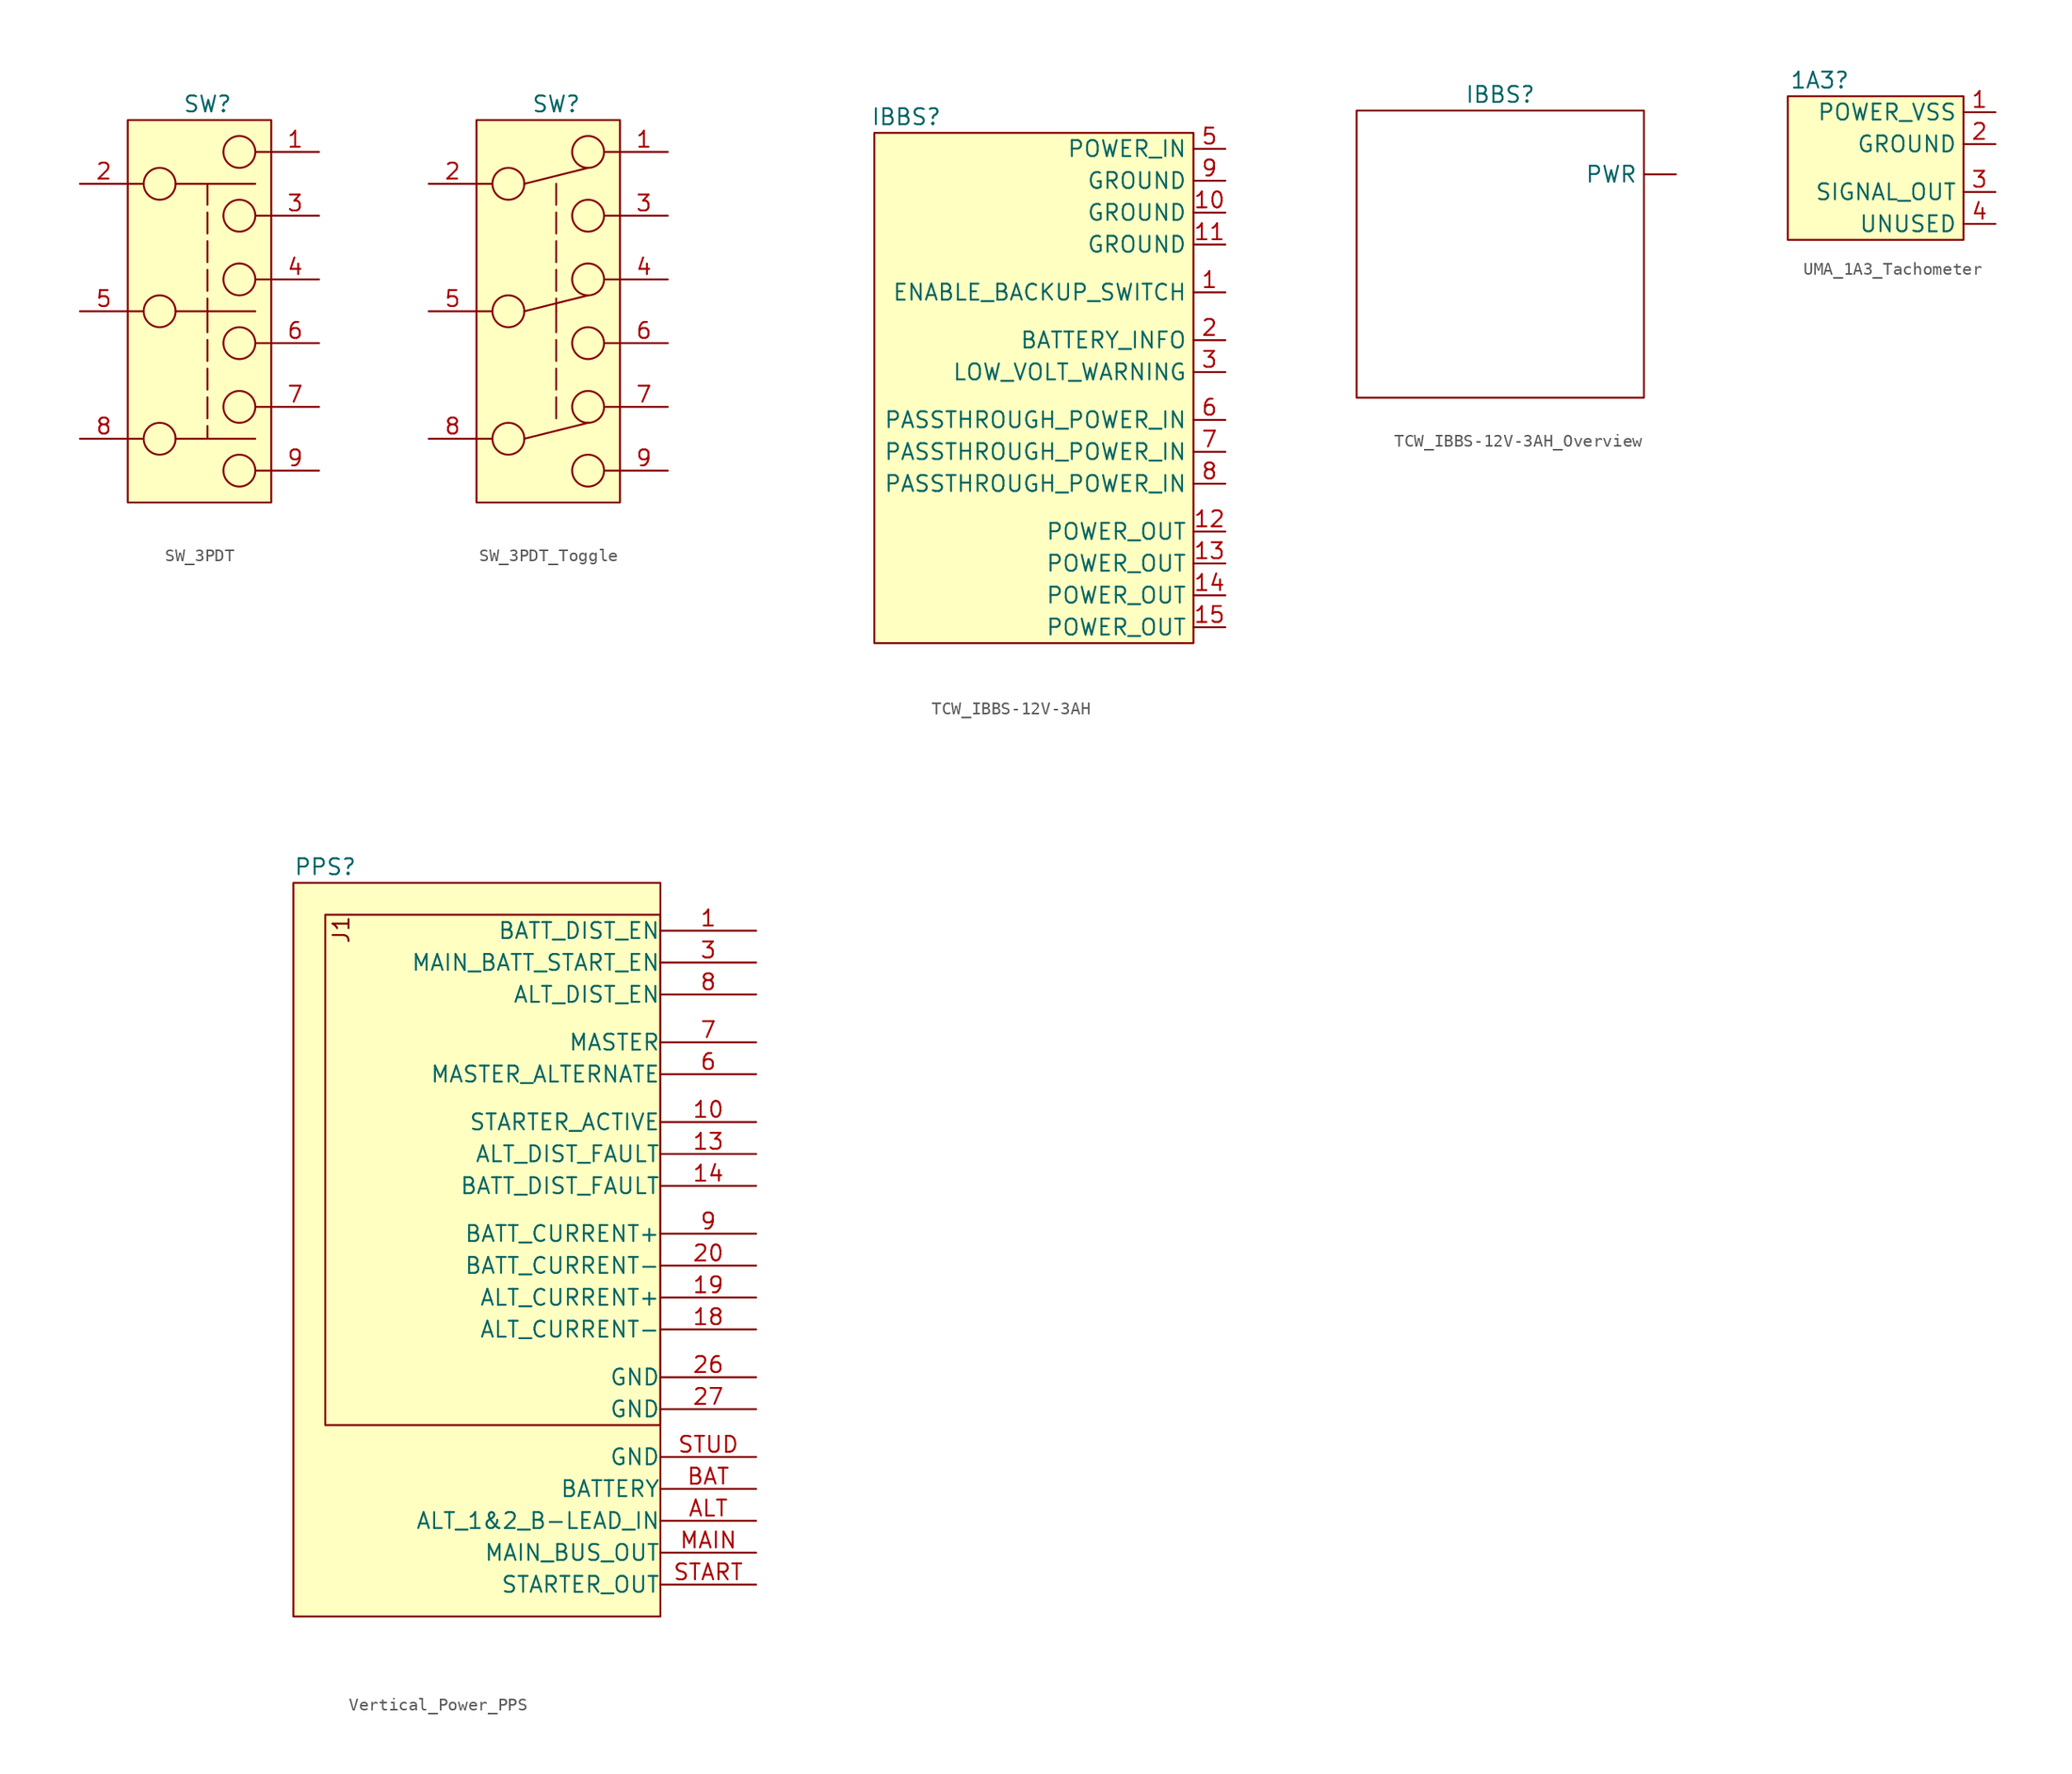
<source format=kicad_sym>
(kicad_symbol_lib
  (version 20241209)
  (generator "kicad_symbol_editor")
  (generator_version "9.0")
  (symbol "SW_3PDT"
    (property "Reference" "SW"
      (at 0 1.27 0)
      (effects (font (size 1.27 1.27))))
    (property "Value" ""
      (at -6.35 0 0)
      (effects (font (size 1.27 1.27))))
    (symbol "SW_3PDT_0_1"
      (polyline (pts (xy -6.35 -5.08) (xy -5.08 -5.08)) (stroke (width 0) (type default)) (fill (type none)))
      (polyline (pts (xy -6.35 -15.24) (xy -5.08 -15.24)) (stroke (width 0) (type default)) (fill (type none)))
      (polyline (pts (xy -6.35 -25.4) (xy -5.08 -25.4)) (stroke (width 0) (type default)) (fill (type none)))
      (circle (center -3.81 -5.08) (radius 1.27) (stroke (width 0) (type default)) (fill (type none)))
      (circle (center -3.81 -15.24) (radius 1.27) (stroke (width 0) (type default)) (fill (type none)))
      (circle (center -3.81 -25.4) (radius 1.27) (stroke (width 0) (type default)) (fill (type none)))
      (polyline (pts (xy -2.54 -5.08) (xy 3.81 -5.08)) (stroke (width 0) (type default)) (fill (type none)))
      (polyline (pts (xy -2.54 -15.24) (xy 3.81 -15.24)) (stroke (width 0) (type default)) (fill (type none)))
      (polyline (pts (xy -2.54 -25.4) (xy 3.81 -25.4)) (stroke (width 0) (type default)) (fill (type none)))
      (circle (center 2.54 -2.54) (radius 1.27) (stroke (width 0) (type default)) (fill (type none)))
      (circle (center 2.54 -7.62) (radius 1.27) (stroke (width 0) (type default)) (fill (type none)))
      (circle (center 2.54 -12.7) (radius 1.27) (stroke (width 0) (type default)) (fill (type none)))
      (circle (center 2.54 -17.78) (radius 1.27) (stroke (width 0) (type default)) (fill (type none)))
      (circle (center 2.54 -22.86) (radius 1.27) (stroke (width 0) (type default)) (fill (type none)))
      (circle (center 2.54 -27.94) (radius 1.27) (stroke (width 0) (type default)) (fill (type none)))
      (polyline (pts (xy 5.08 -2.54) (xy 3.81 -2.54)) (stroke (width 0) (type default)) (fill (type none)))
      (polyline (pts (xy 5.08 -7.62) (xy 3.81 -7.62)) (stroke (width 0) (type default)) (fill (type none)))
      (polyline (pts (xy 5.08 -12.7) (xy 3.81 -12.7)) (stroke (width 0) (type default)) (fill (type none)))
      (polyline (pts (xy 5.08 -17.78) (xy 3.81 -17.78)) (stroke (width 0) (type default)) (fill (type none)))
      (polyline (pts (xy 5.08 -22.86) (xy 3.81 -22.86)) (stroke (width 0) (type default)) (fill (type none)))
      (polyline (pts (xy 5.08 -27.94) (xy 3.81 -27.94)) (stroke (width 0) (type default)) (fill (type none))))
    (symbol "SW_3PDT_1_1"
      (rectangle (start -6.35 0) (end 5.08 -30.48) (stroke (width 0) (type default)) (fill (type background)))
      (polyline (pts (xy 0 -5.08) (xy 0 -15.24)) (stroke (width 0) (type dash)) (fill (type none)))
      (polyline (pts (xy 0 -15.24) (xy 0 -25.4)) (stroke (width 0) (type dash)) (fill (type none)))
      (pin passive line (at -10.16 -5.08 0) (length 3.81) (name "" (effects (font (size 1.27 1.27)))) (number "2" (effects (font (size 1.27 1.27)))))
      (pin passive line (at -10.16 -15.24 0) (length 3.81) (name "" (effects (font (size 1.27 1.27)))) (number "5" (effects (font (size 1.27 1.27)))))
      (pin passive line (at -10.16 -25.4 0) (length 3.81) (name "" (effects (font (size 1.27 1.27)))) (number "8" (effects (font (size 1.27 1.27)))))
      (pin passive line (at 8.89 -2.54 180) (length 3.81) (name "" (effects (font (size 1.27 1.27)))) (number "1" (effects (font (size 1.27 1.27)))))
      (pin passive line (at 8.89 -7.62 180) (length 3.81) (name "" (effects (font (size 1.27 1.27)))) (number "3" (effects (font (size 1.27 1.27)))))
      (pin passive line (at 8.89 -12.7 180) (length 3.81) (name "" (effects (font (size 1.27 1.27)))) (number "4" (effects (font (size 1.27 1.27)))))
      (pin passive line (at 8.89 -17.78 180) (length 3.81) (name "" (effects (font (size 1.27 1.27)))) (number "6" (effects (font (size 1.27 1.27)))))
      (pin passive line (at 8.89 -22.86 180) (length 3.81) (name "" (effects (font (size 1.27 1.27)))) (number "7" (effects (font (size 1.27 1.27)))))
      (pin passive line (at 8.89 -27.94 180) (length 3.81) (name "" (effects (font (size 1.27 1.27)))) (number "9" (effects (font (size 1.27 1.27)))))))
  (symbol "SW_3PDT_Toggle"
    (property "Reference" "SW"
      (at 0 1.27 0)
      (effects (font (size 1.27 1.27))))
    (property "Value" ""
      (at -6.35 0 0)
      (effects (font (size 1.27 1.27))))
    (symbol "SW_3PDT_Toggle_0_1"
      (polyline (pts (xy -6.35 -5.08) (xy -5.08 -5.08)) (stroke (width 0) (type default)) (fill (type none)))
      (polyline (pts (xy -6.35 -15.24) (xy -5.08 -15.24)) (stroke (width 0) (type default)) (fill (type none)))
      (polyline (pts (xy -6.35 -25.4) (xy -5.08 -25.4)) (stroke (width 0) (type default)) (fill (type none)))
      (circle (center -3.81 -5.08) (radius 1.27) (stroke (width 0) (type default)) (fill (type none)))
      (circle (center -3.81 -15.24) (radius 1.27) (stroke (width 0) (type default)) (fill (type none)))
      (circle (center -3.81 -25.4) (radius 1.27) (stroke (width 0) (type default)) (fill (type none)))
      (polyline (pts (xy -2.54 -5.08) (xy 2.54 -3.81)) (stroke (width 0) (type default)) (fill (type none)))
      (polyline (pts (xy -2.54 -15.24) (xy 2.54 -13.97)) (stroke (width 0) (type default)) (fill (type none)))
      (polyline (pts (xy -2.54 -25.4) (xy 2.54 -24.13)) (stroke (width 0) (type default)) (fill (type none)))
      (circle (center 2.54 -2.54) (radius 1.27) (stroke (width 0) (type default)) (fill (type none)))
      (circle (center 2.54 -7.62) (radius 1.27) (stroke (width 0) (type default)) (fill (type none)))
      (circle (center 2.54 -12.7) (radius 1.27) (stroke (width 0) (type default)) (fill (type none)))
      (circle (center 2.54 -17.78) (radius 1.27) (stroke (width 0) (type default)) (fill (type none)))
      (circle (center 2.54 -22.86) (radius 1.27) (stroke (width 0) (type default)) (fill (type none)))
      (circle (center 2.54 -27.94) (radius 1.27) (stroke (width 0) (type default)) (fill (type none)))
      (polyline (pts (xy 5.08 -2.54) (xy 3.81 -2.54)) (stroke (width 0) (type default)) (fill (type none)))
      (polyline (pts (xy 5.08 -7.62) (xy 3.81 -7.62)) (stroke (width 0) (type default)) (fill (type none)))
      (polyline (pts (xy 5.08 -12.7) (xy 3.81 -12.7)) (stroke (width 0) (type default)) (fill (type none)))
      (polyline (pts (xy 5.08 -17.78) (xy 3.81 -17.78)) (stroke (width 0) (type default)) (fill (type none)))
      (polyline (pts (xy 5.08 -22.86) (xy 3.81 -22.86)) (stroke (width 0) (type default)) (fill (type none)))
      (polyline (pts (xy 5.08 -27.94) (xy 3.81 -27.94)) (stroke (width 0) (type default)) (fill (type none))))
    (symbol "SW_3PDT_Toggle_1_1"
      (rectangle (start -6.35 0) (end 5.08 -30.48) (stroke (width 0) (type default)) (fill (type background)))
      (polyline (pts (xy 0 -5.08) (xy 0 -15.24)) (stroke (width 0) (type dash)) (fill (type none)))
      (polyline (pts (xy 0 -15.24) (xy 0 -24.13)) (stroke (width 0) (type dash)) (fill (type none)))
      (pin passive line (at -10.16 -5.08 0) (length 3.81) (name "" (effects (font (size 1.27 1.27)))) (number "2" (effects (font (size 1.27 1.27)))))
      (pin passive line (at -10.16 -15.24 0) (length 3.81) (name "" (effects (font (size 1.27 1.27)))) (number "5" (effects (font (size 1.27 1.27)))))
      (pin passive line (at -10.16 -25.4 0) (length 3.81) (name "" (effects (font (size 1.27 1.27)))) (number "8" (effects (font (size 1.27 1.27)))))
      (pin passive line (at 8.89 -2.54 180) (length 3.81) (name "" (effects (font (size 1.27 1.27)))) (number "1" (effects (font (size 1.27 1.27)))))
      (pin passive line (at 8.89 -7.62 180) (length 3.81) (name "" (effects (font (size 1.27 1.27)))) (number "3" (effects (font (size 1.27 1.27)))))
      (pin passive line (at 8.89 -12.7 180) (length 3.81) (name "" (effects (font (size 1.27 1.27)))) (number "4" (effects (font (size 1.27 1.27)))))
      (pin passive line (at 8.89 -17.78 180) (length 3.81) (name "" (effects (font (size 1.27 1.27)))) (number "6" (effects (font (size 1.27 1.27)))))
      (pin passive line (at 8.89 -22.86 180) (length 3.81) (name "" (effects (font (size 1.27 1.27)))) (number "7" (effects (font (size 1.27 1.27)))))
      (pin passive line (at 8.89 -27.94 180) (length 3.81) (name "" (effects (font (size 1.27 1.27)))) (number "9" (effects (font (size 1.27 1.27)))))))
  (symbol "TCW_IBBS-12V-3AH"
    (property "Reference" "IBBS"
      (at 2.54 1.27 0)
      (effects (font (size 1.27 1.27))))
    (property "Value" ""
      (at -6.35 0 0)
      (effects (font (size 1.27 1.27))))
    (symbol "TCW_IBBS-12V-3AH_1_1"
      (rectangle (start 0 0) (end 25.4 -40.64) (stroke (width 0) (type default)) (fill (type background)))
      (pin power_in line (at 27.94 -1.27 180) (length 2.54) (name "POWER_IN" (effects (font (size 1.27 1.27)))) (number "5" (effects (font (size 1.27 1.27)))))
      (pin passive line (at 27.94 -3.81 180) (length 2.54) (name "GROUND" (effects (font (size 1.27 1.27)))) (number "9" (effects (font (size 1.27 1.27)))))
      (pin passive line (at 27.94 -6.35 180) (length 2.54) (name "GROUND" (effects (font (size 1.27 1.27)))) (number "10" (effects (font (size 1.27 1.27)))))
      (pin passive line (at 27.94 -8.89 180) (length 2.54) (name "GROUND" (effects (font (size 1.27 1.27)))) (number "11" (effects (font (size 1.27 1.27)))))
      (pin bidirectional line (at 27.94 -12.7 180) (length 2.54) (name "ENABLE_BACKUP_SWITCH" (effects (font (size 1.27 1.27)))) (number "1" (effects (font (size 1.27 1.27)))))
      (pin output line (at 27.94 -16.51 180) (length 2.54) (name "BATTERY_INFO" (effects (font (size 1.27 1.27)))) (number "2" (effects (font (size 1.27 1.27)))))
      (pin bidirectional line (at 27.94 -19.05 180) (length 2.54) (name "LOW_VOLT_WARNING" (effects (font (size 1.27 1.27)))) (number "3" (effects (font (size 1.27 1.27)))))
      (pin power_in line (at 27.94 -22.86 180) (length 2.54) (name "PASSTHROUGH_POWER_IN" (effects (font (size 1.27 1.27)))) (number "6" (effects (font (size 1.27 1.27)))))
      (pin power_in line (at 27.94 -25.4 180) (length 2.54) (name "PASSTHROUGH_POWER_IN" (effects (font (size 1.27 1.27)))) (number "7" (effects (font (size 1.27 1.27)))))
      (pin power_in line (at 27.94 -27.94 180) (length 2.54) (name "PASSTHROUGH_POWER_IN" (effects (font (size 1.27 1.27)))) (number "8" (effects (font (size 1.27 1.27)))))
      (pin power_out line (at 27.94 -31.75 180) (length 2.54) (name "POWER_OUT" (effects (font (size 1.27 1.27)))) (number "12" (effects (font (size 1.27 1.27)))))
      (pin power_out line (at 27.94 -34.29 180) (length 2.54) (name "POWER_OUT" (effects (font (size 1.27 1.27)))) (number "13" (effects (font (size 1.27 1.27)))))
      (pin power_out line (at 27.94 -36.83 180) (length 2.54) (name "POWER_OUT" (effects (font (size 1.27 1.27)))) (number "14" (effects (font (size 1.27 1.27)))))
      (pin power_out line (at 27.94 -39.37 180) (length 2.54) (name "POWER_OUT" (effects (font (size 1.27 1.27)))) (number "15" (effects (font (size 1.27 1.27)))))))
  (symbol "TCW_IBBS-12V-3AH_Overview"
    (property "Reference" "IBBS"
      (at 0 0 0)
      (effects (font (size 1.27 1.27))))
    (property "Value" ""
      (at 0 0 0)
      (effects (font (size 1.27 1.27))))
    (symbol "TCW_IBBS-12V-3AH_Overview_0_1"
      (rectangle (start -11.43 -1.27) (end 11.43 -24.13) (stroke (width 0) (type default)) (fill (type none))))
    (symbol "TCW_IBBS-12V-3AH_Overview_1_1"
      (pin passive line (at 13.97 -6.35 180) (length 2.54) (name "PWR" (effects (font (size 1.27 1.27)))) (number "" (effects (font (size 1.27 1.27)))))))
  (symbol "UMA_1A3_Tachometer"
    (property "Reference" "1A3"
      (at 2.54 1.27 0)
      (effects (font (size 1.27 1.27))))
    (property "Value" ""
      (at 0 1.27 0)
      (effects (font (size 1.27 1.27))))
    (symbol "UMA_1A3_Tachometer_1_1"
      (rectangle (start 0 0) (end 13.97 -11.43) (stroke (width 0) (type default)) (fill (type background)))
      (pin power_in line (at 16.51 -1.27 180) (length 2.54) (name "POWER_VSS" (effects (font (size 1.27 1.27)))) (number "1" (effects (font (size 1.27 1.27)))))
      (pin passive line (at 16.51 -3.81 180) (length 2.54) (name "GROUND" (effects (font (size 1.27 1.27)))) (number "2" (effects (font (size 1.27 1.27)))))
      (pin output line (at 16.51 -7.62 180) (length 2.54) (name "SIGNAL_OUT" (effects (font (size 1.27 1.27)))) (number "3" (effects (font (size 1.27 1.27)))))
      (pin output line (at 16.51 -10.16 180) (length 2.54) (name "UNUSED" (effects (font (size 1.27 1.27)))) (number "4" (effects (font (size 1.27 1.27)))))))
  (symbol "Vertical_Power_PPS"
    (pin_names
      (offset 0.002))
    (property "Reference" "PPS"
      (at 2.54 1.27 0)
      (effects (font (size 1.27 1.27))))
    (property "Value" ""
      (at -13.97 0 0)
      (effects (font (size 1.27 1.27))))
    (symbol "Vertical_Power_PPS_1_1"
      (rectangle (start 0 0) (end 29.21 -58.42) (stroke (width 0) (type default)) (fill (type background)))
      (rectangle (start 2.54 -2.54) (end 29.21 -43.18) (stroke (width 0) (type default)) (fill (type background)))
      (text "J1" (at 3.81 -2.54 900) (effects (font (size 1.27 1.27)) (justify right)))
      (pin input line (at 36.83 -3.81 180) (length 7.62) (name "BATT_DIST_EN" (effects (font (size 1.27 1.27)))) (number "1" (effects (font (size 1.27 1.27)))))
      (pin input line (at 36.83 -6.35 180) (length 7.62) (name "MAIN_BATT_START_EN" (effects (font (size 1.27 1.27)))) (number "3" (effects (font (size 1.27 1.27)))))
      (pin input line (at 36.83 -8.89 180) (length 7.62) (name "ALT_DIST_EN" (effects (font (size 1.27 1.27)))) (number "8" (effects (font (size 1.27 1.27)))))
      (pin input line (at 36.83 -12.7 180) (length 7.62) (name "MASTER" (effects (font (size 1.27 1.27)))) (number "7" (effects (font (size 1.27 1.27)))))
      (pin input line (at 36.83 -15.24 180) (length 7.62) (name "MASTER_ALTERNATE" (effects (font (size 1.27 1.27)))) (number "6" (effects (font (size 1.27 1.27)))))
      (pin output line (at 36.83 -19.05 180) (length 7.62) (name "STARTER_ACTIVE" (effects (font (size 1.27 1.27)))) (number "10" (effects (font (size 1.27 1.27)))))
      (pin output line (at 36.83 -21.59 180) (length 7.62) (name "ALT_DIST_FAULT" (effects (font (size 1.27 1.27)))) (number "13" (effects (font (size 1.27 1.27)))))
      (pin output line (at 36.83 -24.13 180) (length 7.62) (name "BATT_DIST_FAULT" (effects (font (size 1.27 1.27)))) (number "14" (effects (font (size 1.27 1.27)))))
      (pin output line (at 36.83 -27.94 180) (length 7.62) (name "BATT_CURRENT+" (effects (font (size 1.27 1.27)))) (number "9" (effects (font (size 1.27 1.27)))))
      (pin passive line (at 36.83 -30.48 180) (length 7.62) (name "BATT_CURRENT-" (effects (font (size 1.27 1.27)))) (number "20" (effects (font (size 1.27 1.27)))))
      (pin output line (at 36.83 -33.02 180) (length 7.62) (name "ALT_CURRENT+" (effects (font (size 1.27 1.27)))) (number "19" (effects (font (size 1.27 1.27)))))
      (pin passive line (at 36.83 -35.56 180) (length 7.62) (name "ALT_CURRENT-" (effects (font (size 1.27 1.27)))) (number "18" (effects (font (size 1.27 1.27)))))
      (pin passive line (at 36.83 -39.37 180) (length 7.62) (name "GND" (effects (font (size 1.27 1.27)))) (number "26" (effects (font (size 1.27 1.27)))))
      (pin passive line (at 36.83 -41.91 180) (length 7.62) (name "GND" (effects (font (size 1.27 1.27)))) (number "27" (effects (font (size 1.27 1.27)))))
      (pin passive line (at 36.83 -45.72 180) (length 7.62) (name "GND" (effects (font (size 1.27 1.27)))) (number "STUD" (effects (font (size 1.27 1.27)))))
      (pin power_in line (at 36.83 -48.26 180) (length 7.62) (name "BATTERY" (effects (font (size 1.27 1.27)))) (number "BAT" (effects (font (size 1.27 1.27)))))
      (pin power_in line (at 36.83 -50.8 180) (length 7.62) (name "ALT_1&2_B-LEAD_IN" (effects (font (size 1.27 1.27)))) (number "ALT" (effects (font (size 1.27 1.27)))))
      (pin power_out line (at 36.83 -53.34 180) (length 7.62) (name "MAIN_BUS_OUT" (effects (font (size 1.27 1.27)))) (number "MAIN" (effects (font (size 1.27 1.27)))))
      (pin power_out line (at 36.83 -55.88 180) (length 7.62) (name "STARTER_OUT" (effects (font (size 1.27 1.27)))) (number "START" (effects (font (size 1.27 1.27))))))))
</source>
